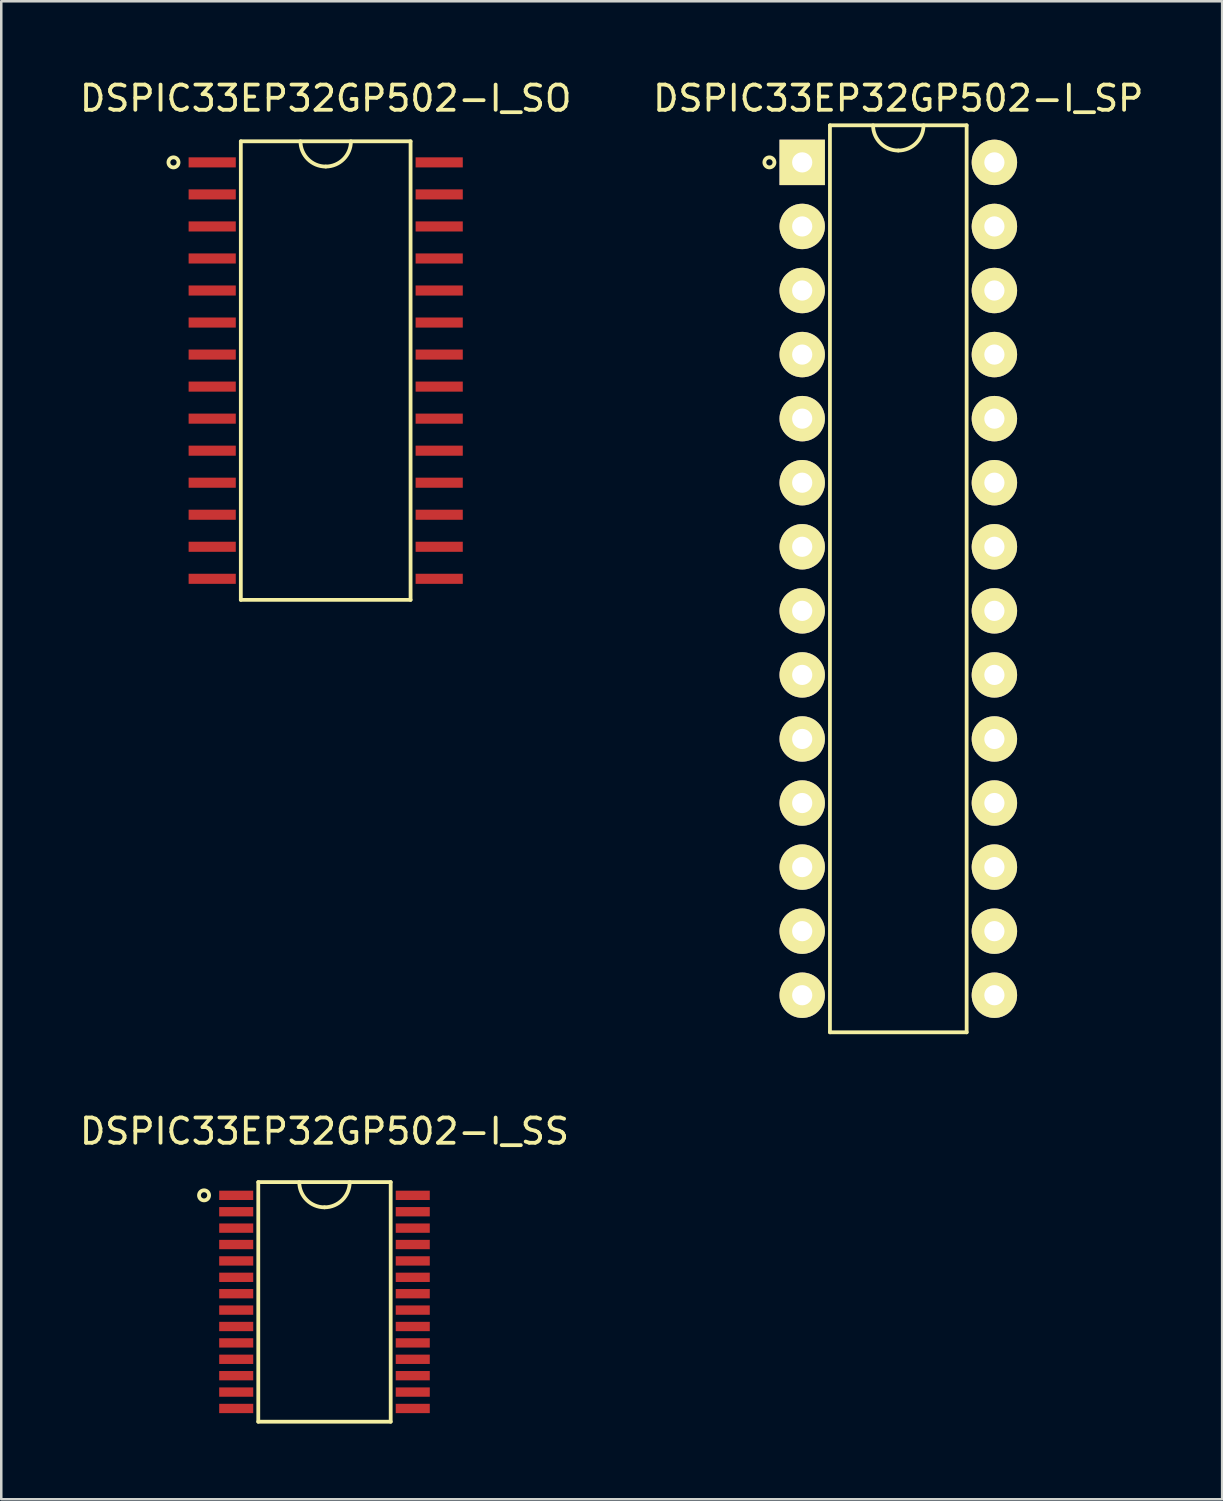
<source format=kicad_pcb>
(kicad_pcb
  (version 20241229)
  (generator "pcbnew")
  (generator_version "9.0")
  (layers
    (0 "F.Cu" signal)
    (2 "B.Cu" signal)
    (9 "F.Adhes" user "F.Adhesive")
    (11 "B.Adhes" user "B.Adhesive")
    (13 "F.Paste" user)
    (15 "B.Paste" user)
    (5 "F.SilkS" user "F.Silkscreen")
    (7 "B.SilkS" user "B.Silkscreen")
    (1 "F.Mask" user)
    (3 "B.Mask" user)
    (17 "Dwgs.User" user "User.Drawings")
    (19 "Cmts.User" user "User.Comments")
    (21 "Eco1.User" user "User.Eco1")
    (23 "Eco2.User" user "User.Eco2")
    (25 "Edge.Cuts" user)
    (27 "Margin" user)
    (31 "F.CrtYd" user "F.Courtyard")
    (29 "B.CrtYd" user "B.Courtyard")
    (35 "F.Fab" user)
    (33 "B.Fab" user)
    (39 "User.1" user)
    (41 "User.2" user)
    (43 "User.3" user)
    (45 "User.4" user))
  (footprint "DSPIC33EP32GP502-I_SO"
    (layer "F.Cu")
    (at 5.363 3.388)
    (property "Reference" "DSPIC33EP32GP502-I_SO" (at 4.5 -2.54 0) (layer "F.SilkS") (effects (font (size 1 1) (thickness 0.15))))
    (attr through_hole)
    (fp_line (start 1.135 -0.835) (end 7.865 -0.835) (stroke (width 0.15) (type solid)) (layer "F.SilkS"))
    (fp_line (start 1.135 17.345) (end 1.135 -0.835) (stroke (width 0.15) (type solid)) (layer "F.SilkS"))
    (fp_line (start 7.865 -0.835) (end 7.865 17.345) (stroke (width 0.15) (type solid)) (layer "F.SilkS"))
    (fp_line (start 7.865 17.345) (end 1.135 17.345) (stroke (width 0.15) (type solid)) (layer "F.SilkS"))
    (fp_arc (start 4.5 0.165) (mid 3.792893 -0.127893) (end 3.5 -0.835) (stroke (width 0.15) (type solid)) (layer "F.SilkS"))
    (fp_arc (start 5.5 -0.835) (mid 5.207107 -0.127893) (end 4.5 0.165) (stroke (width 0.15) (type solid)) (layer "F.SilkS"))
    (fp_circle (center -1.535 0) (end -1.535 0.2) (stroke (width 0.15) (type solid)) (fill no) (layer "F.SilkS"))
    (pad "1" smd rect (at 0 0) (size 1.87 0.4) (layers "F.Cu" "F.Mask" "F.Paste"))
    (pad "2" smd rect (at 0 1.27) (size 1.87 0.4) (layers "F.Cu" "F.Mask" "F.Paste"))
    (pad "3" smd rect (at 0 2.54) (size 1.87 0.4) (layers "F.Cu" "F.Mask" "F.Paste"))
    (pad "4" smd rect (at 0 3.81) (size 1.87 0.4) (layers "F.Cu" "F.Mask" "F.Paste"))
    (pad "5" smd rect (at 0 5.08) (size 1.87 0.4) (layers "F.Cu" "F.Mask" "F.Paste"))
    (pad "6" smd rect (at 0 6.35) (size 1.87 0.4) (layers "F.Cu" "F.Mask" "F.Paste"))
    (pad "7" smd rect (at 0 7.62) (size 1.87 0.4) (layers "F.Cu" "F.Mask" "F.Paste"))
    (pad "8" smd rect (at 0 8.89) (size 1.87 0.4) (layers "F.Cu" "F.Mask" "F.Paste"))
    (pad "9" smd rect (at 0 10.16) (size 1.87 0.4) (layers "F.Cu" "F.Mask" "F.Paste"))
    (pad "10" smd rect (at 0 11.43) (size 1.87 0.4) (layers "F.Cu" "F.Mask" "F.Paste"))
    (pad "11" smd rect (at 0 12.7) (size 1.87 0.4) (layers "F.Cu" "F.Mask" "F.Paste"))
    (pad "12" smd rect (at 0 13.97) (size 1.87 0.4) (layers "F.Cu" "F.Mask" "F.Paste"))
    (pad "13" smd rect (at 0 15.24) (size 1.87 0.4) (layers "F.Cu" "F.Mask" "F.Paste"))
    (pad "14" smd rect (at 0 16.51) (size 1.87 0.4) (layers "F.Cu" "F.Mask" "F.Paste"))
    (pad "15" smd rect (at 9 16.51) (size 1.87 0.4) (layers "F.Cu" "F.Mask" "F.Paste"))
    (pad "16" smd rect (at 9 15.24) (size 1.87 0.4) (layers "F.Cu" "F.Mask" "F.Paste"))
    (pad "17" smd rect (at 9 13.97) (size 1.87 0.4) (layers "F.Cu" "F.Mask" "F.Paste"))
    (pad "18" smd rect (at 9 12.7) (size 1.87 0.4) (layers "F.Cu" "F.Mask" "F.Paste"))
    (pad "19" smd rect (at 9 11.43) (size 1.87 0.4) (layers "F.Cu" "F.Mask" "F.Paste"))
    (pad "20" smd rect (at 9 10.16) (size 1.87 0.4) (layers "F.Cu" "F.Mask" "F.Paste"))
    (pad "21" smd rect (at 9 8.89) (size 1.87 0.4) (layers "F.Cu" "F.Mask" "F.Paste"))
    (pad "22" smd rect (at 9 7.62) (size 1.87 0.4) (layers "F.Cu" "F.Mask" "F.Paste"))
    (pad "23" smd rect (at 9 6.35) (size 1.87 0.4) (layers "F.Cu" "F.Mask" "F.Paste"))
    (pad "24" smd rect (at 9 5.08) (size 1.87 0.4) (layers "F.Cu" "F.Mask" "F.Paste"))
    (pad "25" smd rect (at 9 3.81) (size 1.87 0.4) (layers "F.Cu" "F.Mask" "F.Paste"))
    (pad "26" smd rect (at 9 2.54) (size 1.87 0.4) (layers "F.Cu" "F.Mask" "F.Paste"))
    (pad "27" smd rect (at 9 1.27) (size 1.87 0.4) (layers "F.Cu" "F.Mask" "F.Paste"))
    (pad "28" smd rect (at 9 0) (size 1.87 0.4) (layers "F.Cu" "F.Mask" "F.Paste")))
  (footprint "DSPIC33EP32GP502-I_SS"
    (layer "F.Cu")
    (at 6.315 44.342)
    (property "Reference" "DSPIC33EP32GP502-I_SS" (at 3.5 -2.54 0) (layer "F.SilkS") (effects (font (size 1 1) (thickness 0.15))))
    (attr through_hole)
    (fp_line (start 0.875 -0.525) (end 6.125 -0.525) (stroke (width 0.15) (type solid)) (layer "F.SilkS"))
    (fp_line (start 0.875 8.975) (end 0.875 -0.525) (stroke (width 0.15) (type solid)) (layer "F.SilkS"))
    (fp_line (start 6.125 -0.525) (end 6.125 8.975) (stroke (width 0.15) (type solid)) (layer "F.SilkS"))
    (fp_line (start 6.125 8.975) (end 0.875 8.975) (stroke (width 0.15) (type solid)) (layer "F.SilkS"))
    (fp_arc (start 3.5 0.475) (mid 2.792893 0.182107) (end 2.5 -0.525) (stroke (width 0.15) (type solid)) (layer "F.SilkS"))
    (fp_arc (start 4.5 -0.525) (mid 4.207107 0.182107) (end 3.5 0.475) (stroke (width 0.15) (type solid)) (layer "F.SilkS"))
    (fp_circle (center -1.275 0) (end -1.275 0.2) (stroke (width 0.15) (type solid)) (fill no) (layer "F.SilkS"))
    (pad "1" smd rect (at 0 0) (size 1.35 0.37) (layers "F.Cu" "F.Mask" "F.Paste"))
    (pad "2" smd rect (at 0 0.65) (size 1.35 0.37) (layers "F.Cu" "F.Mask" "F.Paste"))
    (pad "3" smd rect (at 0 1.3) (size 1.35 0.37) (layers "F.Cu" "F.Mask" "F.Paste"))
    (pad "4" smd rect (at 0 1.95) (size 1.35 0.37) (layers "F.Cu" "F.Mask" "F.Paste"))
    (pad "5" smd rect (at 0 2.6) (size 1.35 0.37) (layers "F.Cu" "F.Mask" "F.Paste"))
    (pad "6" smd rect (at 0 3.25) (size 1.35 0.37) (layers "F.Cu" "F.Mask" "F.Paste"))
    (pad "7" smd rect (at 0 3.9) (size 1.35 0.37) (layers "F.Cu" "F.Mask" "F.Paste"))
    (pad "8" smd rect (at 0 4.55) (size 1.35 0.37) (layers "F.Cu" "F.Mask" "F.Paste"))
    (pad "9" smd rect (at 0 5.2) (size 1.35 0.37) (layers "F.Cu" "F.Mask" "F.Paste"))
    (pad "10" smd rect (at 0 5.85) (size 1.35 0.37) (layers "F.Cu" "F.Mask" "F.Paste"))
    (pad "11" smd rect (at 0 6.5) (size 1.35 0.37) (layers "F.Cu" "F.Mask" "F.Paste"))
    (pad "12" smd rect (at 0 7.15) (size 1.35 0.37) (layers "F.Cu" "F.Mask" "F.Paste"))
    (pad "13" smd rect (at 0 7.8) (size 1.35 0.37) (layers "F.Cu" "F.Mask" "F.Paste"))
    (pad "14" smd rect (at 0 8.45) (size 1.35 0.37) (layers "F.Cu" "F.Mask" "F.Paste"))
    (pad "15" smd rect (at 7 8.45) (size 1.35 0.37) (layers "F.Cu" "F.Mask" "F.Paste"))
    (pad "16" smd rect (at 7 7.8) (size 1.35 0.37) (layers "F.Cu" "F.Mask" "F.Paste"))
    (pad "17" smd rect (at 7 7.15) (size 1.35 0.37) (layers "F.Cu" "F.Mask" "F.Paste"))
    (pad "18" smd rect (at 7 6.5) (size 1.35 0.37) (layers "F.Cu" "F.Mask" "F.Paste"))
    (pad "19" smd rect (at 7 5.85) (size 1.35 0.37) (layers "F.Cu" "F.Mask" "F.Paste"))
    (pad "20" smd rect (at 7 5.2) (size 1.35 0.37) (layers "F.Cu" "F.Mask" "F.Paste"))
    (pad "21" smd rect (at 7 4.55) (size 1.35 0.37) (layers "F.Cu" "F.Mask" "F.Paste"))
    (pad "22" smd rect (at 7 3.9) (size 1.35 0.37) (layers "F.Cu" "F.Mask" "F.Paste"))
    (pad "23" smd rect (at 7 3.25) (size 1.35 0.37) (layers "F.Cu" "F.Mask" "F.Paste"))
    (pad "24" smd rect (at 7 2.6) (size 1.35 0.37) (layers "F.Cu" "F.Mask" "F.Paste"))
    (pad "25" smd rect (at 7 1.95) (size 1.35 0.37) (layers "F.Cu" "F.Mask" "F.Paste"))
    (pad "26" smd rect (at 7 1.3) (size 1.35 0.37) (layers "F.Cu" "F.Mask" "F.Paste"))
    (pad "27" smd rect (at 7 0.65) (size 1.35 0.37) (layers "F.Cu" "F.Mask" "F.Paste"))
    (pad "28" smd rect (at 7 0) (size 1.35 0.37) (layers "F.Cu" "F.Mask" "F.Paste")))
  (footprint "DSPIC33EP32GP502-I_SP"
    (layer "F.Cu")
    (at 28.755 3.388)
    (property "Reference" "DSPIC33EP32GP502-I_SP" (at 3.81 -2.54 0) (layer "F.SilkS") (effects (font (size 1 1) (thickness 0.15))))
    (attr through_hole)
    (fp_line (start 1.1 -1.47) (end 6.52 -1.47) (stroke (width 0.15) (type solid)) (layer "F.SilkS"))
    (fp_line (start 1.1 34.49) (end 1.1 -1.47) (stroke (width 0.15) (type solid)) (layer "F.SilkS"))
    (fp_line (start 6.52 -1.47) (end 6.52 34.49) (stroke (width 0.15) (type solid)) (layer "F.SilkS"))
    (fp_line (start 6.52 34.49) (end 1.1 34.49) (stroke (width 0.15) (type solid)) (layer "F.SilkS"))
    (fp_arc (start 3.81 -0.47) (mid 3.102893 -0.762893) (end 2.81 -1.47) (stroke (width 0.15) (type solid)) (layer "F.SilkS"))
    (fp_arc (start 4.81 -1.47) (mid 4.517107 -0.762893) (end 3.81 -0.47) (stroke (width 0.15) (type solid)) (layer "F.SilkS"))
    (fp_circle (center -1.3 0) (end -1.3 0.2) (stroke (width 0.15) (type solid)) (fill no) (layer "F.SilkS"))
    (pad "1" thru_hole rect (at 0 0) (size 1.8 1.8) (drill 0.8) (layers "*.Cu" "*.Mask" "F.SilkS"))
    (pad "2" thru_hole circle (at 0 2.54) (size 1.8 1.8) (drill 0.8) (layers "*.Cu" "*.Mask" "F.SilkS"))
    (pad "3" thru_hole circle (at 0 5.08) (size 1.8 1.8) (drill 0.8) (layers "*.Cu" "*.Mask" "F.SilkS"))
    (pad "4" thru_hole circle (at 0 7.62) (size 1.8 1.8) (drill 0.8) (layers "*.Cu" "*.Mask" "F.SilkS"))
    (pad "5" thru_hole circle (at 0 10.16) (size 1.8 1.8) (drill 0.8) (layers "*.Cu" "*.Mask" "F.SilkS"))
    (pad "6" thru_hole circle (at 0 12.7) (size 1.8 1.8) (drill 0.8) (layers "*.Cu" "*.Mask" "F.SilkS"))
    (pad "7" thru_hole circle (at 0 15.24) (size 1.8 1.8) (drill 0.8) (layers "*.Cu" "*.Mask" "F.SilkS"))
    (pad "8" thru_hole circle (at 0 17.78) (size 1.8 1.8) (drill 0.8) (layers "*.Cu" "*.Mask" "F.SilkS"))
    (pad "9" thru_hole circle (at 0 20.32) (size 1.8 1.8) (drill 0.8) (layers "*.Cu" "*.Mask" "F.SilkS"))
    (pad "10" thru_hole circle (at 0 22.86) (size 1.8 1.8) (drill 0.8) (layers "*.Cu" "*.Mask" "F.SilkS"))
    (pad "11" thru_hole circle (at 0 25.4) (size 1.8 1.8) (drill 0.8) (layers "*.Cu" "*.Mask" "F.SilkS"))
    (pad "12" thru_hole circle (at 0 27.94) (size 1.8 1.8) (drill 0.8) (layers "*.Cu" "*.Mask" "F.SilkS"))
    (pad "13" thru_hole circle (at 0 30.48) (size 1.8 1.8) (drill 0.8) (layers "*.Cu" "*.Mask" "F.SilkS"))
    (pad "14" thru_hole circle (at 0 33.02) (size 1.8 1.8) (drill 0.8) (layers "*.Cu" "*.Mask" "F.SilkS"))
    (pad "15" thru_hole circle (at 7.62 33.02) (size 1.8 1.8) (drill 0.8) (layers "*.Cu" "*.Mask" "F.SilkS"))
    (pad "16" thru_hole circle (at 7.62 30.48) (size 1.8 1.8) (drill 0.8) (layers "*.Cu" "*.Mask" "F.SilkS"))
    (pad "17" thru_hole circle (at 7.62 27.94) (size 1.8 1.8) (drill 0.8) (layers "*.Cu" "*.Mask" "F.SilkS"))
    (pad "18" thru_hole circle (at 7.62 25.4) (size 1.8 1.8) (drill 0.8) (layers "*.Cu" "*.Mask" "F.SilkS"))
    (pad "19" thru_hole circle (at 7.62 22.86) (size 1.8 1.8) (drill 0.8) (layers "*.Cu" "*.Mask" "F.SilkS"))
    (pad "20" thru_hole circle (at 7.62 20.32) (size 1.8 1.8) (drill 0.8) (layers "*.Cu" "*.Mask" "F.SilkS"))
    (pad "21" thru_hole circle (at 7.62 17.78) (size 1.8 1.8) (drill 0.8) (layers "*.Cu" "*.Mask" "F.SilkS"))
    (pad "22" thru_hole circle (at 7.62 15.24) (size 1.8 1.8) (drill 0.8) (layers "*.Cu" "*.Mask" "F.SilkS"))
    (pad "23" thru_hole circle (at 7.62 12.7) (size 1.8 1.8) (drill 0.8) (layers "*.Cu" "*.Mask" "F.SilkS"))
    (pad "24" thru_hole circle (at 7.62 10.16) (size 1.8 1.8) (drill 0.8) (layers "*.Cu" "*.Mask" "F.SilkS"))
    (pad "25" thru_hole circle (at 7.62 7.62) (size 1.8 1.8) (drill 0.8) (layers "*.Cu" "*.Mask" "F.SilkS"))
    (pad "26" thru_hole circle (at 7.62 5.08) (size 1.8 1.8) (drill 0.8) (layers "*.Cu" "*.Mask" "F.SilkS"))
    (pad "27" thru_hole circle (at 7.62 2.54) (size 1.8 1.8) (drill 0.8) (layers "*.Cu" "*.Mask" "F.SilkS"))
    (pad "28" thru_hole circle (at 7.62 0) (size 1.8 1.8) (drill 0.8) (layers "*.Cu" "*.Mask" "F.SilkS")))
  (gr_rect
    (start -3 -3)
    (end 45.405 56.392)
    (stroke (width 0.1) (type default))
    (fill no)
    (layer "Edge.Cuts")))
</source>
